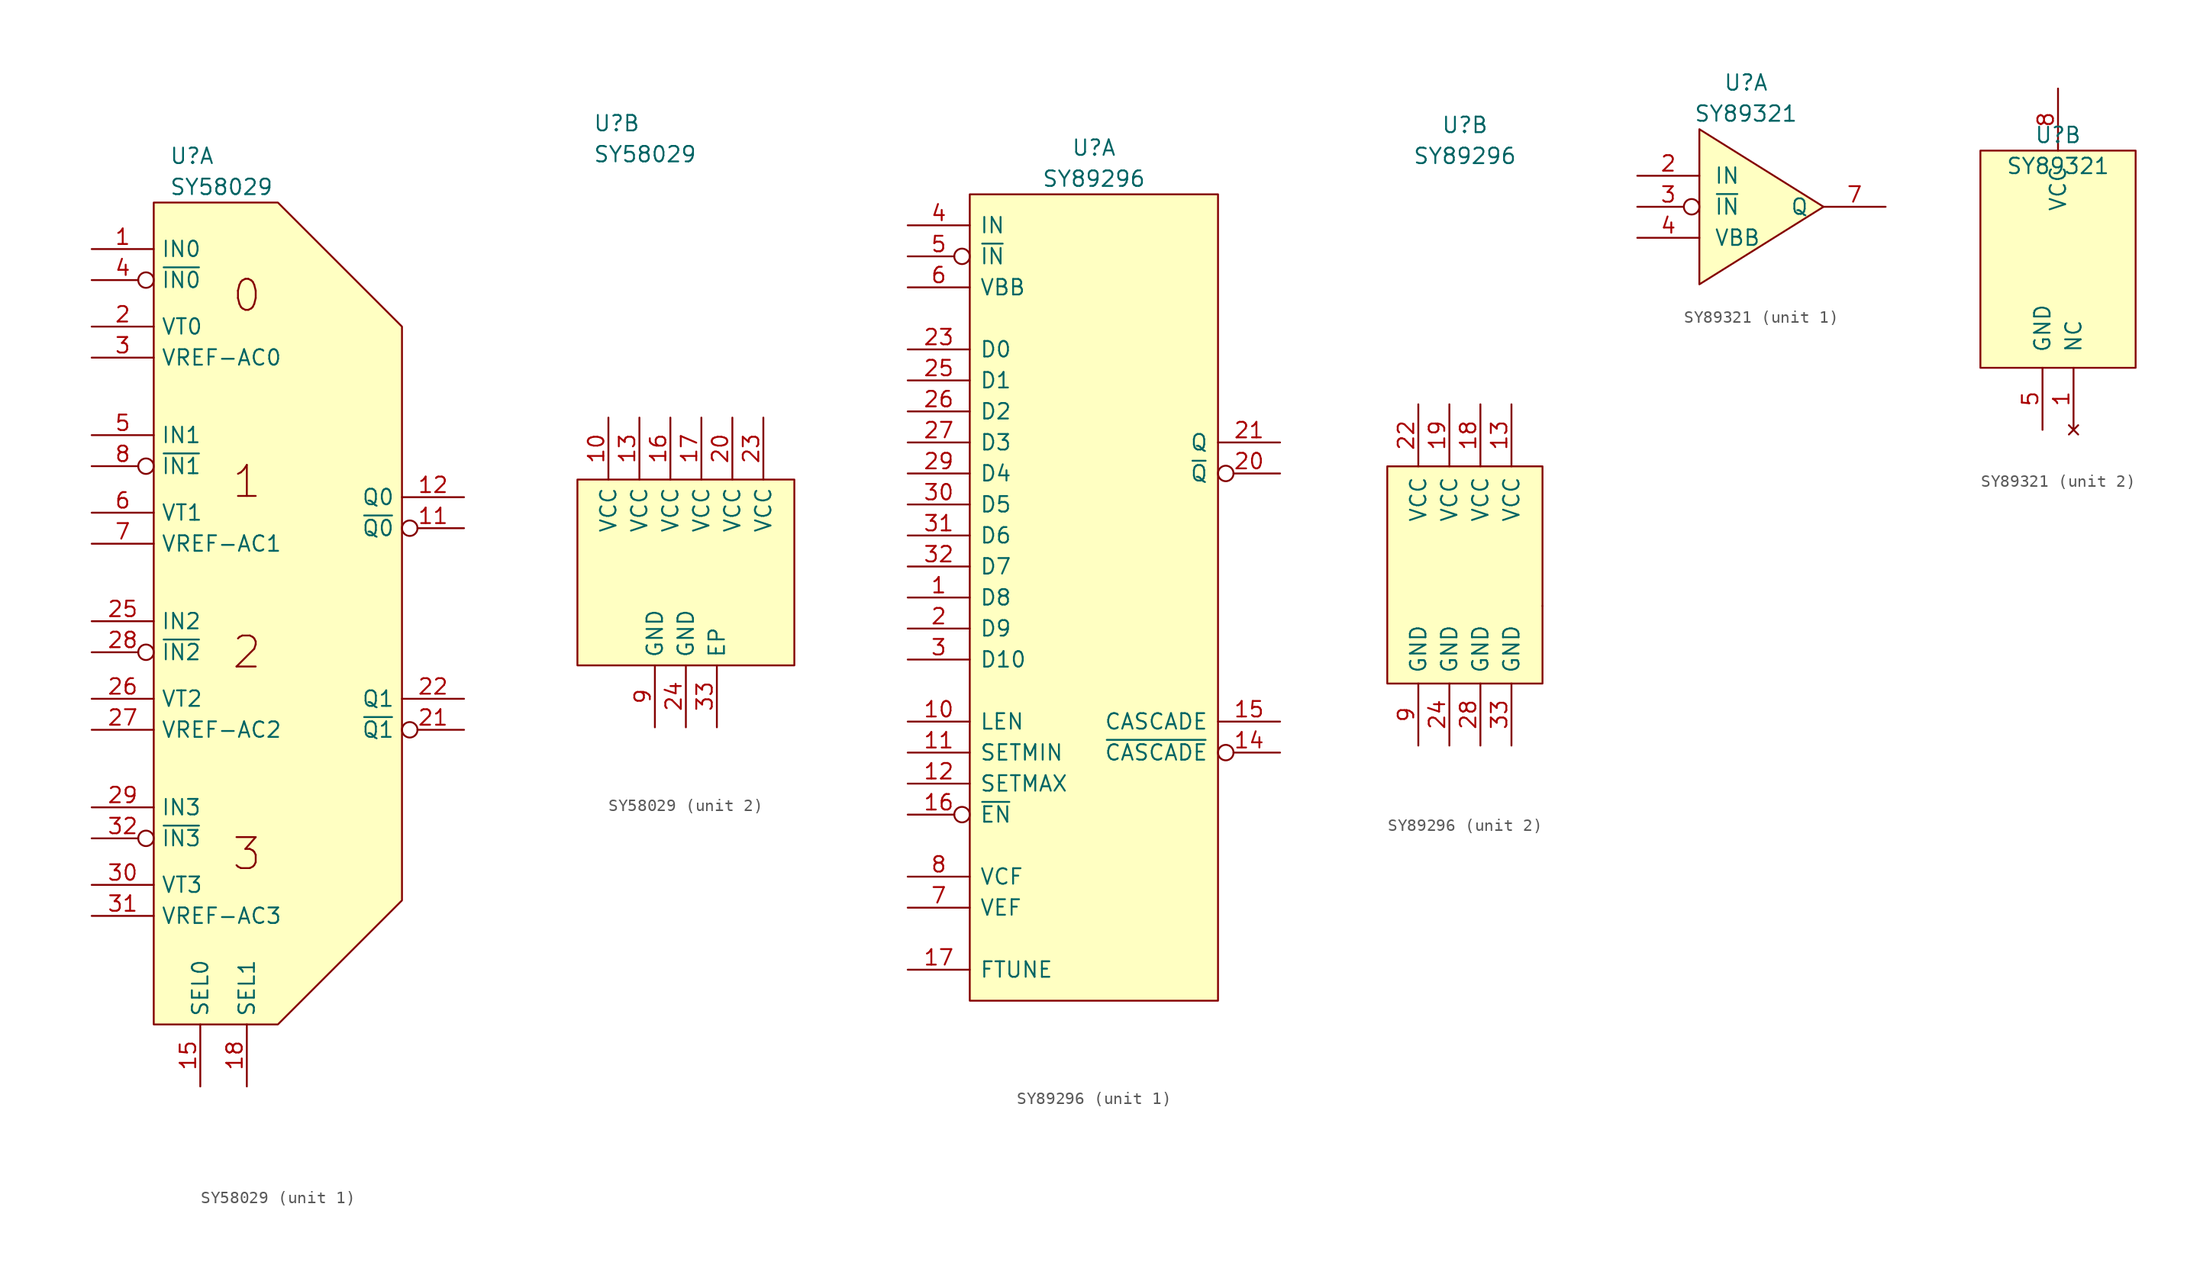
<source format=kicad_sym>
(kicad_symbol_lib
  (version 20220914)
  (generator kicad_symbol_editor)
  (symbol "SY58029"
    (pin_names
      (offset 0.584))
    (property "Reference" "U"
      (at -7.62 36.83 0)
      (effects (font (size 1.27 1.27)) (justify left)))
    (property "Value" "SY58029"
      (at -7.62 34.29 0)
      (effects (font (size 1.27 1.27)) (justify left)))
    (property "ki_locked" ""
      (at 0 0 0)
      (effects (font (size 1.27 1.27))))
    (symbol "SY58029_1_0"
      (polyline (pts (xy -8.89 33.02) (xy -8.89 -34.29) (xy 1.27 -34.29) (xy 11.43 -24.13) (xy 11.43 22.86) (xy 1.27 33.02) (xy -8.89 33.02)) (stroke (width 0) (type solid)) (fill (type background)))
      (text "0" (at -1.27 25.4 0) (effects (font (size 2.54 2.54))))
      (text "1" (at -1.27 10.16 0) (effects (font (size 2.54 2.54))))
      (text "2" (at -1.27 -3.81 0) (effects (font (size 2.54 2.54))))
      (text "3" (at -1.27 -20.32 0) (effects (font (size 2.54 2.54)))))
    (symbol "SY58029_1_1"
      (pin input line (at -13.97 29.21 0) (length 5.08) (name "IN0" (effects (font (size 1.27 1.27)))) (number "1" (effects (font (size 1.27 1.27)))))
      (pin open_emitter inverted (at 16.51 6.35 180) (length 5.08) (name "~{Q0}" (effects (font (size 1.27 1.27)))) (number "11" (effects (font (size 1.27 1.27)))))
      (pin open_emitter line (at 16.51 8.89 180) (length 5.08) (name "Q0" (effects (font (size 1.27 1.27)))) (number "12" (effects (font (size 1.27 1.27)))))
      (pin input line (at -5.08 -39.37 90) (length 5.08) (name "SEL0" (effects (font (size 1.27 1.27)))) (number "15" (effects (font (size 1.27 1.27)))))
      (pin input line (at -1.27 -39.37 90) (length 5.08) (name "SEL1" (effects (font (size 1.27 1.27)))) (number "18" (effects (font (size 1.27 1.27)))))
      (pin input line (at -13.97 22.86 0) (length 5.08) (name "VT0" (effects (font (size 1.27 1.27)))) (number "2" (effects (font (size 1.27 1.27)))))
      (pin open_emitter inverted (at 16.51 -10.16 180) (length 5.08) (name "~{Q1}" (effects (font (size 1.27 1.27)))) (number "21" (effects (font (size 1.27 1.27)))))
      (pin open_emitter line (at 16.51 -7.62 180) (length 5.08) (name "Q1" (effects (font (size 1.27 1.27)))) (number "22" (effects (font (size 1.27 1.27)))))
      (pin input line (at -13.97 -1.27 0) (length 5.08) (name "IN2" (effects (font (size 1.27 1.27)))) (number "25" (effects (font (size 1.27 1.27)))))
      (pin input line (at -13.97 -7.62 0) (length 5.08) (name "VT2" (effects (font (size 1.27 1.27)))) (number "26" (effects (font (size 1.27 1.27)))))
      (pin output line (at -13.97 -10.16 0) (length 5.08) (name "VREF-AC2" (effects (font (size 1.27 1.27)))) (number "27" (effects (font (size 1.27 1.27)))))
      (pin input inverted (at -13.97 -3.81 0) (length 5.08) (name "~{IN2}" (effects (font (size 1.27 1.27)))) (number "28" (effects (font (size 1.27 1.27)))))
      (pin input line (at -13.97 -16.51 0) (length 5.08) (name "IN3" (effects (font (size 1.27 1.27)))) (number "29" (effects (font (size 1.27 1.27)))))
      (pin output line (at -13.97 20.32 0) (length 5.08) (name "VREF-AC0" (effects (font (size 1.27 1.27)))) (number "3" (effects (font (size 1.27 1.27)))))
      (pin input line (at -13.97 -22.86 0) (length 5.08) (name "VT3" (effects (font (size 1.27 1.27)))) (number "30" (effects (font (size 1.27 1.27)))))
      (pin output line (at -13.97 -25.4 0) (length 5.08) (name "VREF-AC3" (effects (font (size 1.27 1.27)))) (number "31" (effects (font (size 1.27 1.27)))))
      (pin input inverted (at -13.97 -19.05 0) (length 5.08) (name "~{IN3}" (effects (font (size 1.27 1.27)))) (number "32" (effects (font (size 1.27 1.27)))))
      (pin input inverted (at -13.97 26.67 0) (length 5.08) (name "~{IN0}" (effects (font (size 1.27 1.27)))) (number "4" (effects (font (size 1.27 1.27)))))
      (pin input line (at -13.97 13.97 0) (length 5.08) (name "IN1" (effects (font (size 1.27 1.27)))) (number "5" (effects (font (size 1.27 1.27)))))
      (pin input line (at -13.97 7.62 0) (length 5.08) (name "VT1" (effects (font (size 1.27 1.27)))) (number "6" (effects (font (size 1.27 1.27)))))
      (pin output line (at -13.97 5.08 0) (length 5.08) (name "VREF-AC1" (effects (font (size 1.27 1.27)))) (number "7" (effects (font (size 1.27 1.27)))))
      (pin input inverted (at -13.97 11.43 0) (length 5.08) (name "~{IN1}" (effects (font (size 1.27 1.27)))) (number "8" (effects (font (size 1.27 1.27))))))
    (symbol "SY58029_2_0"
      (rectangle (start -8.89 7.62) (end 8.89 -7.62) (stroke (width 0) (type solid)) (fill (type background))))
    (symbol "SY58029_2_1"
      (pin power_in line (at -6.35 12.7 270) (length 5.08) (name "VCC" (effects (font (size 1.27 1.27)))) (number "10" (effects (font (size 1.27 1.27)))))
      (pin power_in line (at -3.81 12.7 270) (length 5.08) (name "VCC" (effects (font (size 1.27 1.27)))) (number "13" (effects (font (size 1.27 1.27)))))
      (pin power_in line (at -1.27 12.7 270) (length 5.08) (name "VCC" (effects (font (size 1.27 1.27)))) (number "16" (effects (font (size 1.27 1.27)))))
      (pin power_in line (at 1.27 12.7 270) (length 5.08) (name "VCC" (effects (font (size 1.27 1.27)))) (number "17" (effects (font (size 1.27 1.27)))))
      (pin power_in line (at 3.81 12.7 270) (length 5.08) (name "VCC" (effects (font (size 1.27 1.27)))) (number "20" (effects (font (size 1.27 1.27)))))
      (pin power_in line (at 6.35 12.7 270) (length 5.08) (name "VCC" (effects (font (size 1.27 1.27)))) (number "23" (effects (font (size 1.27 1.27)))))
      (pin power_in line (at 0 -12.7 90) (length 5.08) (name "GND" (effects (font (size 1.27 1.27)))) (number "24" (effects (font (size 1.27 1.27)))))
      (pin power_in line (at 2.54 -12.7 90) (length 5.08) (name "EP" (effects (font (size 1.27 1.27)))) (number "33" (effects (font (size 1.27 1.27)))))
      (pin power_in line (at -2.54 -12.7 90) (length 5.08) (name "GND" (effects (font (size 1.27 1.27)))) (number "9" (effects (font (size 1.27 1.27)))))))
  (symbol "SY89296"
    (pin_names
      (offset 0.787))
    (property "Reference" "U"
      (at 0 36.83 0)
      (effects (font (size 1.27 1.27))))
    (property "Value" "SY89296"
      (at 0 34.29 0)
      (effects (font (size 1.27 1.27))))
    (property "ki_locked" ""
      (at 0 0 0)
      (effects (font (size 1.27 1.27))))
    (symbol "SY89296_1_0"
      (rectangle (start -10.16 33.02) (end 10.16 -33.02) (stroke (width 0) (type solid)) (fill (type background))))
    (symbol "SY89296_1_1"
      (pin input line (at -15.24 0 0) (length 5.08) (name "D8" (effects (font (size 1.27 1.27)))) (number "1" (effects (font (size 1.27 1.27)))))
      (pin input line (at -15.24 -10.16 0) (length 5.08) (name "LEN" (effects (font (size 1.27 1.27)))) (number "10" (effects (font (size 1.27 1.27)))))
      (pin input line (at -15.24 -12.7 0) (length 5.08) (name "SETMIN" (effects (font (size 1.27 1.27)))) (number "11" (effects (font (size 1.27 1.27)))))
      (pin input line (at -15.24 -15.24 0) (length 5.08) (name "SETMAX" (effects (font (size 1.27 1.27)))) (number "12" (effects (font (size 1.27 1.27)))))
      (pin output inverted (at 15.24 -12.7 180) (length 5.08) (name "~{CASCADE}" (effects (font (size 1.27 1.27)))) (number "14" (effects (font (size 1.27 1.27)))))
      (pin output line (at 15.24 -10.16 180) (length 5.08) (name "CASCADE" (effects (font (size 1.27 1.27)))) (number "15" (effects (font (size 1.27 1.27)))))
      (pin input inverted (at -15.24 -17.78 0) (length 5.08) (name "~{EN}" (effects (font (size 1.27 1.27)))) (number "16" (effects (font (size 1.27 1.27)))))
      (pin input line (at -15.24 -30.48 0) (length 5.08) (name "FTUNE" (effects (font (size 1.27 1.27)))) (number "17" (effects (font (size 1.27 1.27)))))
      (pin input line (at -15.24 -2.54 0) (length 5.08) (name "D9" (effects (font (size 1.27 1.27)))) (number "2" (effects (font (size 1.27 1.27)))))
      (pin output inverted (at 15.24 10.16 180) (length 5.08) (name "~{Q}" (effects (font (size 1.27 1.27)))) (number "20" (effects (font (size 1.27 1.27)))))
      (pin output line (at 15.24 12.7 180) (length 5.08) (name "Q" (effects (font (size 1.27 1.27)))) (number "21" (effects (font (size 1.27 1.27)))))
      (pin input line (at -15.24 20.32 0) (length 5.08) (name "D0" (effects (font (size 1.27 1.27)))) (number "23" (effects (font (size 1.27 1.27)))))
      (pin input line (at -15.24 17.78 0) (length 5.08) (name "D1" (effects (font (size 1.27 1.27)))) (number "25" (effects (font (size 1.27 1.27)))))
      (pin input line (at -15.24 15.24 0) (length 5.08) (name "D2" (effects (font (size 1.27 1.27)))) (number "26" (effects (font (size 1.27 1.27)))))
      (pin input line (at -15.24 12.7 0) (length 5.08) (name "D3" (effects (font (size 1.27 1.27)))) (number "27" (effects (font (size 1.27 1.27)))))
      (pin input line (at -15.24 10.16 0) (length 5.08) (name "D4" (effects (font (size 1.27 1.27)))) (number "29" (effects (font (size 1.27 1.27)))))
      (pin input line (at -15.24 -5.08 0) (length 5.08) (name "D10" (effects (font (size 1.27 1.27)))) (number "3" (effects (font (size 1.27 1.27)))))
      (pin input line (at -15.24 7.62 0) (length 5.08) (name "D5" (effects (font (size 1.27 1.27)))) (number "30" (effects (font (size 1.27 1.27)))))
      (pin input line (at -15.24 5.08 0) (length 5.08) (name "D6" (effects (font (size 1.27 1.27)))) (number "31" (effects (font (size 1.27 1.27)))))
      (pin input line (at -15.24 2.54 0) (length 5.08) (name "D7" (effects (font (size 1.27 1.27)))) (number "32" (effects (font (size 1.27 1.27)))))
      (pin input line (at -15.24 30.48 0) (length 5.08) (name "IN" (effects (font (size 1.27 1.27)))) (number "4" (effects (font (size 1.27 1.27)))))
      (pin input inverted (at -15.24 27.94 0) (length 5.08) (name "~{IN}" (effects (font (size 1.27 1.27)))) (number "5" (effects (font (size 1.27 1.27)))))
      (pin output line (at -15.24 25.4 0) (length 5.08) (name "VBB" (effects (font (size 1.27 1.27)))) (number "6" (effects (font (size 1.27 1.27)))))
      (pin output line (at -15.24 -25.4 0) (length 5.08) (name "VEF" (effects (font (size 1.27 1.27)))) (number "7" (effects (font (size 1.27 1.27)))))
      (pin input line (at -15.24 -22.86 0) (length 5.08) (name "VCF" (effects (font (size 1.27 1.27)))) (number "8" (effects (font (size 1.27 1.27))))))
    (symbol "SY89296_2_0"
      (rectangle (start -6.35 8.89) (end 6.35 -8.89) (stroke (width 0) (type solid)) (fill (type background)))
      (rectangle (start 6.35 -2.54) (end 6.35 -2.54) (stroke (width 0) (type solid)) (fill (type none))))
    (symbol "SY89296_2_1"
      (pin power_in line (at 3.81 13.97 270) (length 5.08) (name "VCC" (effects (font (size 1.27 1.27)))) (number "13" (effects (font (size 1.27 1.27)))))
      (pin power_in line (at 1.27 13.97 270) (length 5.08) (name "VCC" (effects (font (size 1.27 1.27)))) (number "18" (effects (font (size 1.27 1.27)))))
      (pin power_in line (at -1.27 13.97 270) (length 5.08) (name "VCC" (effects (font (size 1.27 1.27)))) (number "19" (effects (font (size 1.27 1.27)))))
      (pin power_in line (at -3.81 13.97 270) (length 5.08) (name "VCC" (effects (font (size 1.27 1.27)))) (number "22" (effects (font (size 1.27 1.27)))))
      (pin power_in line (at -1.27 -13.97 90) (length 5.08) (name "GND" (effects (font (size 1.27 1.27)))) (number "24" (effects (font (size 1.27 1.27)))))
      (pin power_in line (at 1.27 -13.97 90) (length 5.08) (name "GND" (effects (font (size 1.27 1.27)))) (number "28" (effects (font (size 1.27 1.27)))))
      (pin power_in line (at 3.81 -13.97 90) (length 5.08) (name "GND" (effects (font (size 1.27 1.27)))) (number "33" (effects (font (size 1.27 1.27)))))
      (pin power_in line (at -3.81 -13.97 90) (length 5.08) (name "GND" (effects (font (size 1.27 1.27)))) (number "9" (effects (font (size 1.27 1.27)))))))
  (symbol "SY89321"
    (pin_names
      (offset 1.2))
    (property "Reference" "U"
      (at 0 10.16 0)
      (effects (font (size 1.27 1.27))))
    (property "Value" "SY89321"
      (at 0 7.62 0)
      (effects (font (size 1.27 1.27))))
    (property "ki_locked" ""
      (at 0 0 0)
      (effects (font (size 1.27 1.27))))
    (symbol "SY89321_1_1"
      (polyline (pts (xy -3.81 6.35) (xy -3.81 -6.35) (xy 6.35 0) (xy -3.81 6.35)) (stroke (width 0) (type solid)) (fill (type background)))
      (pin input line (at -8.89 2.54 0) (length 5.08) (name "IN" (effects (font (size 1.27 1.27)))) (number "2" (effects (font (size 1.27 1.27)))))
      (pin input inverted (at -8.89 0 0) (length 5.08) (name "~{IN}" (effects (font (size 1.27 1.27)))) (number "3" (effects (font (size 1.27 1.27)))))
      (pin power_out line (at -8.89 -2.54 0) (length 5.08) (name "VBB" (effects (font (size 1.27 1.27)))) (number "4" (effects (font (size 1.27 1.27)))))
      (pin input line (at 11.43 0 180) (length 5.08) (name "Q" (effects (font (size 1.27 1.27)))) (number "7" (effects (font (size 1.27 1.27))))))
    (symbol "SY89321_2_1"
      (rectangle (start -6.35 8.89) (end 6.35 -8.89) (stroke (width 0) (type solid)) (fill (type background)))
      (pin no_connect line (at 1.27 -13.97 90) (length 5.08) (name "NC" (effects (font (size 1.27 1.27)))) (number "1" (effects (font (size 1.27 1.27)))))
      (pin power_in line (at -1.27 -13.97 90) (length 5.08) (name "GND" (effects (font (size 1.27 1.27)))) (number "5" (effects (font (size 1.27 1.27)))))
      (pin power_in line (at 0 13.97 270) (length 5.08) (name "VCC" (effects (font (size 1.27 1.27)))) (number "8" (effects (font (size 1.27 1.27))))))))
</source>
